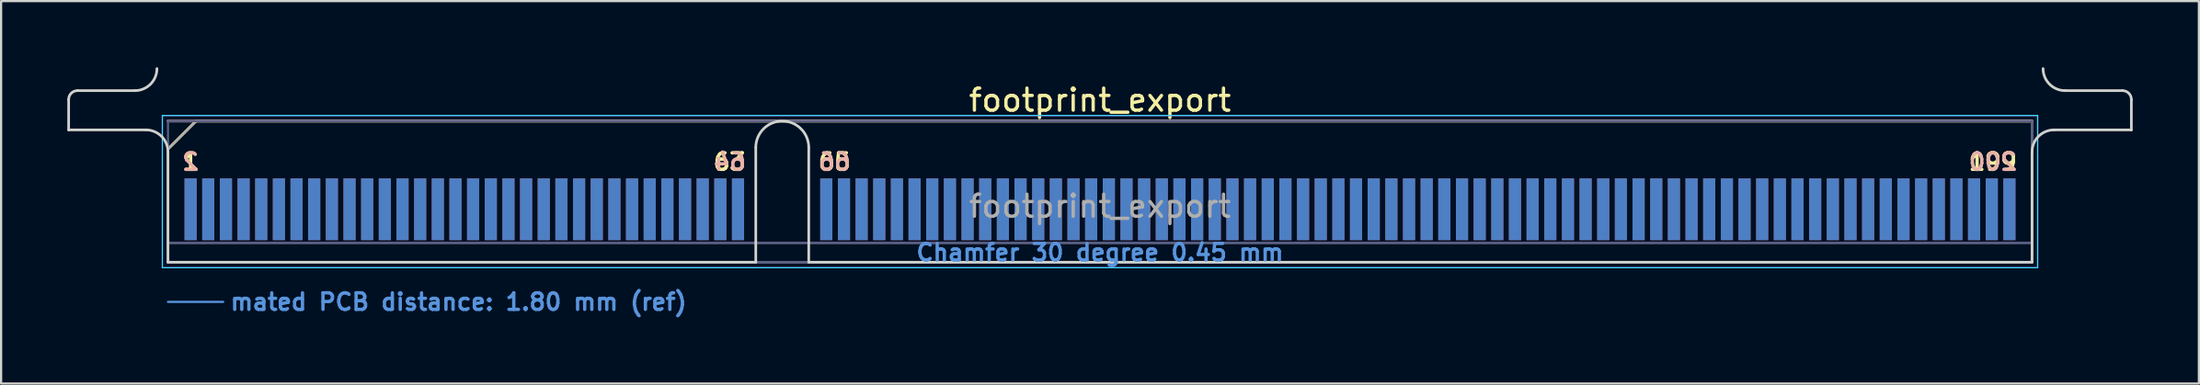
<source format=kicad_pcb>
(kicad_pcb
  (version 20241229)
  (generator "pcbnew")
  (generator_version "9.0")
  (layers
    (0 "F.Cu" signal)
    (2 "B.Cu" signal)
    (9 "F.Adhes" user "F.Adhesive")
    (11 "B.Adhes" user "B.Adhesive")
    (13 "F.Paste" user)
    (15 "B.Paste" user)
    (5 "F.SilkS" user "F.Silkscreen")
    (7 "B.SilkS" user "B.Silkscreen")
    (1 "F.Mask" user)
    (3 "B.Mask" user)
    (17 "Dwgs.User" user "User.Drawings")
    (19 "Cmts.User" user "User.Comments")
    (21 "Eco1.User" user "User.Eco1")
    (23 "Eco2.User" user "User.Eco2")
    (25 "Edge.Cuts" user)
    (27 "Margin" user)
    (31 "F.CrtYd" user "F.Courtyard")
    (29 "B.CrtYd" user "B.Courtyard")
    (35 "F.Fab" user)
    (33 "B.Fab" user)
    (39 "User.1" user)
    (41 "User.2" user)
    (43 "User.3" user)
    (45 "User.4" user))
  (footprint "footprint_export"
    (layer "F.Cu")
    (at 46.785 8.84)
    (property "Reference" "footprint_export" (at 0 -7.35 0) (layer "F.SilkS") (effects (font (size 1 1) (thickness 0.15))))
    (attr exclude_from_pos_files exclude_from_bom)
    (fp_line (start -42.225 -5.13) (end -40.955 -6.4) (stroke (width 0.12) (type solid)) (layer "F.SilkS"))
    (fp_line (start -40.955 -6.4) (end 42.225 -6.4) (stroke (width 0.12) (type solid)) (layer "F.SilkS"))
    (fp_line (start -42.225 -6.4) (end -42.225 -6.4) (stroke (width 0.12) (type solid)) (layer "B.SilkS"))
    (fp_line (start -42.225 -6.4) (end 42.225 -6.4) (stroke (width 0.12) (type solid)) (layer "B.SilkS"))
    (fp_line (start -42.225 1.8) (end -39.725 1.8) (stroke (width 0.1) (type solid)) (layer "Cmts.User"))
    (fp_line (start -46.725 -6) (end -46.725 -7.38) (stroke (width 0.12) (type solid)) (layer "Edge.Cuts"))
    (fp_line (start -46.325 -7.78) (end -43.725 -7.78) (stroke (width 0.12) (type solid)) (layer "Edge.Cuts"))
    (fp_line (start -43.225 -6) (end -46.725 -6) (stroke (width 0.12) (type solid)) (layer "Edge.Cuts"))
    (fp_line (start -42.225 -5) (end -42.225 0) (stroke (width 0.12) (type solid)) (layer "Edge.Cuts"))
    (fp_line (start -42.225 0) (end -15.595 0) (stroke (width 0.12) (type solid)) (layer "Edge.Cuts"))
    (fp_line (start -15.595 0) (end -15.595 -5.2) (stroke (width 0.12) (type solid)) (layer "Edge.Cuts"))
    (fp_line (start -13.195 -5.2) (end -13.195 0) (stroke (width 0.12) (type solid)) (layer "Edge.Cuts"))
    (fp_line (start -13.195 0) (end 42.225 0) (stroke (width 0.12) (type solid)) (layer "Edge.Cuts"))
    (fp_line (start 42.225 0) (end 42.225 -5) (stroke (width 0.12) (type solid)) (layer "Edge.Cuts"))
    (fp_line (start 43.225 -6) (end 46.725 -6) (stroke (width 0.12) (type solid)) (layer "Edge.Cuts"))
    (fp_line (start 46.325 -7.78) (end 43.725 -7.78) (stroke (width 0.12) (type solid)) (layer "Edge.Cuts"))
    (fp_line (start 46.725 -6) (end 46.725 -7.38) (stroke (width 0.12) (type solid)) (layer "Edge.Cuts"))
    (fp_arc (start -46.725 -7.38) (mid -46.607843 -7.662843) (end -46.325 -7.78) (stroke (width 0.12) (type solid)) (layer "Edge.Cuts"))
    (fp_arc (start -43.225 -6) (mid -42.517893 -5.707107) (end -42.225 -5) (stroke (width 0.12) (type solid)) (layer "Edge.Cuts"))
    (fp_arc (start -42.725 -8.78) (mid -43.017893 -8.072893) (end -43.725 -7.78) (stroke (width 0.12) (type solid)) (layer "Edge.Cuts"))
    (fp_arc (start -15.595 -5.2) (mid -14.395 -6.4) (end -13.195 -5.2) (stroke (width 0.12) (type solid)) (layer "Edge.Cuts"))
    (fp_arc (start 42.225 -5) (mid 42.517893 -5.707107) (end 43.225 -6) (stroke (width 0.12) (type solid)) (layer "Edge.Cuts"))
    (fp_arc (start 43.725 -7.78) (mid 43.017893 -8.072893) (end 42.725 -8.78) (stroke (width 0.12) (type solid)) (layer "Edge.Cuts"))
    (fp_arc (start 46.325 -7.78) (mid 46.607843 -7.662843) (end 46.725 -7.38) (stroke (width 0.12) (type solid)) (layer "Edge.Cuts"))
    (fp_line (start -42.48 -6.65) (end -42.48 0.25) (stroke (width 0.05) (type solid)) (layer "B.CrtYd"))
    (fp_line (start -42.48 0.25) (end 42.48 0.25) (stroke (width 0.05) (type solid)) (layer "B.CrtYd"))
    (fp_line (start 42.48 -6.65) (end -42.48 -6.65) (stroke (width 0.05) (type solid)) (layer "B.CrtYd"))
    (fp_line (start 42.48 0.25) (end 42.48 -6.65) (stroke (width 0.05) (type solid)) (layer "B.CrtYd"))
    (fp_line (start -42.48 -6.65) (end -42.48 0.25) (stroke (width 0.05) (type solid)) (layer "F.CrtYd"))
    (fp_line (start -42.48 0.25) (end 42.48 0.25) (stroke (width 0.05) (type solid)) (layer "F.CrtYd"))
    (fp_line (start 42.48 -6.65) (end -42.48 -6.65) (stroke (width 0.05) (type solid)) (layer "F.CrtYd"))
    (fp_line (start 42.48 0.25) (end 42.48 -6.65) (stroke (width 0.05) (type solid)) (layer "F.CrtYd"))
    (fp_line (start -42.225 -6.4) (end -42.225 -6.4) (stroke (width 0.1) (type solid)) (layer "B.Fab"))
    (fp_line (start -42.225 -6.4) (end -42.225 0) (stroke (width 0.1) (type solid)) (layer "B.Fab"))
    (fp_line (start -42.225 -6.4) (end 42.225 -6.4) (stroke (width 0.1) (type solid)) (layer "B.Fab"))
    (fp_line (start -42.225 -0.88) (end 42.225 -0.88) (stroke (width 0.1) (type solid)) (layer "B.Fab"))
    (fp_line (start -42.225 0) (end 42.225 0) (stroke (width 0.1) (type solid)) (layer "B.Fab"))
    (fp_line (start 42.225 -6.4) (end 42.225 0) (stroke (width 0.1) (type solid)) (layer "B.Fab"))
    (fp_line (start -42.225 -5.13) (end -42.225 0) (stroke (width 0.1) (type solid)) (layer "F.Fab"))
    (fp_line (start -42.225 -5.13) (end -40.955 -6.4) (stroke (width 0.1) (type solid)) (layer "F.Fab"))
    (fp_line (start -42.225 -0.88) (end 42.225 -0.88) (stroke (width 0.1) (type solid)) (layer "F.Fab"))
    (fp_line (start -42.225 0) (end 42.225 0) (stroke (width 0.1) (type solid)) (layer "F.Fab"))
    (fp_line (start -40.955 -6.4) (end 42.225 -6.4) (stroke (width 0.1) (type solid)) (layer "F.Fab"))
    (fp_line (start 42.225 -6.4) (end 42.225 0) (stroke (width 0.1) (type solid)) (layer "F.Fab"))
    (fp_text user "199" (at 40.45 -4.55 0) (layer "F.SilkS") (effects (font (size 0.75 0.75) (thickness 0.15))))
    (fp_text user "1" (at -41.2 -4.55 0) (layer "F.SilkS") (effects (font (size 0.75 0.75) (thickness 0.15))))
    (fp_text user "63" (at -16.775 -4.55 0) (layer "F.SilkS") (effects (font (size 0.75 0.75) (thickness 0.15))))
    (fp_text user "65" (at -12.025 -4.55 0) (layer "F.SilkS") (effects (font (size 0.75 0.75) (thickness 0.15))))
    (fp_text user "200" (at 40.45 -4.55 0) (layer "B.SilkS") (effects (font (size 0.75 0.75) (thickness 0.15)) (justify mirror)))
    (fp_text user "2" (at -41.2 -4.55 0) (layer "B.SilkS") (effects (font (size 0.75 0.75) (thickness 0.15)) (justify mirror)))
    (fp_text user "64" (at -16.775 -4.55 0) (layer "B.SilkS") (effects (font (size 0.75 0.75) (thickness 0.15)) (justify mirror)))
    (fp_text user "66" (at -12.025 -4.55 0) (layer "B.SilkS") (effects (font (size 0.75 0.75) (thickness 0.15)) (justify mirror)))
    (fp_text user "Chamfer 30 degree 0.45 mm" (at 0 -0.44 0) (layer "Cmts.User") (effects (font (size 0.75 0.75) (thickness 0.15))))
    (fp_text user "mated PCB distance: 1.80 mm (ref)" (at -39.48 1.8 0) (layer "Cmts.User") (effects (font (size 0.75 0.75) (thickness 0.15)) (justify left)))
    (fp_text user "${REFERENCE}" (at 0 -2.54 0) (layer "F.Fab") (effects (font (size 1 1) (thickness 0.15))))
    (pad "1" connect rect (at -41.2 -2.4) (size 0.55 2.8) (layers "F.Cu" "F.Mask"))
    (pad "2" connect rect (at -41.2 -2.4) (size 0.55 2.8) (layers "B.Cu" "B.Mask"))
    (pad "3" connect rect (at -40.4 -2.4) (size 0.55 2.8) (layers "F.Cu" "F.Mask"))
    (pad "4" connect rect (at -40.4 -2.4) (size 0.55 2.8) (layers "B.Cu" "B.Mask"))
    (pad "5" connect rect (at -39.6 -2.4) (size 0.55 2.8) (layers "F.Cu" "F.Mask"))
    (pad "6" connect rect (at -39.6 -2.4) (size 0.55 2.8) (layers "B.Cu" "B.Mask"))
    (pad "7" connect rect (at -38.8 -2.4) (size 0.55 2.8) (layers "F.Cu" "F.Mask"))
    (pad "8" connect rect (at -38.8 -2.4) (size 0.55 2.8) (layers "B.Cu" "B.Mask"))
    (pad "9" connect rect (at -38 -2.4) (size 0.55 2.8) (layers "F.Cu" "F.Mask"))
    (pad "10" connect rect (at -38 -2.4) (size 0.55 2.8) (layers "B.Cu" "B.Mask"))
    (pad "11" connect rect (at -37.2 -2.4) (size 0.55 2.8) (layers "F.Cu" "F.Mask"))
    (pad "12" connect rect (at -37.2 -2.4) (size 0.55 2.8) (layers "B.Cu" "B.Mask"))
    (pad "13" connect rect (at -36.4 -2.4) (size 0.55 2.8) (layers "F.Cu" "F.Mask"))
    (pad "14" connect rect (at -36.4 -2.4) (size 0.55 2.8) (layers "B.Cu" "B.Mask"))
    (pad "15" connect rect (at -35.6 -2.4) (size 0.55 2.8) (layers "F.Cu" "F.Mask"))
    (pad "16" connect rect (at -35.6 -2.4) (size 0.55 2.8) (layers "B.Cu" "B.Mask"))
    (pad "17" connect rect (at -34.8 -2.4) (size 0.55 2.8) (layers "F.Cu" "F.Mask"))
    (pad "18" connect rect (at -34.8 -2.4) (size 0.55 2.8) (layers "B.Cu" "B.Mask"))
    (pad "19" connect rect (at -34 -2.4) (size 0.55 2.8) (layers "F.Cu" "F.Mask"))
    (pad "20" connect rect (at -34 -2.4) (size 0.55 2.8) (layers "B.Cu" "B.Mask"))
    (pad "21" connect rect (at -33.2 -2.4) (size 0.55 2.8) (layers "F.Cu" "F.Mask"))
    (pad "22" connect rect (at -33.2 -2.4) (size 0.55 2.8) (layers "B.Cu" "B.Mask"))
    (pad "23" connect rect (at -32.4 -2.4) (size 0.55 2.8) (layers "F.Cu" "F.Mask"))
    (pad "24" connect rect (at -32.4 -2.4) (size 0.55 2.8) (layers "B.Cu" "B.Mask"))
    (pad "25" connect rect (at -31.6 -2.4) (size 0.55 2.8) (layers "F.Cu" "F.Mask"))
    (pad "26" connect rect (at -31.6 -2.4) (size 0.55 2.8) (layers "B.Cu" "B.Mask"))
    (pad "27" connect rect (at -30.8 -2.4) (size 0.55 2.8) (layers "F.Cu" "F.Mask"))
    (pad "28" connect rect (at -30.8 -2.4) (size 0.55 2.8) (layers "B.Cu" "B.Mask"))
    (pad "29" connect rect (at -30 -2.4) (size 0.55 2.8) (layers "F.Cu" "F.Mask"))
    (pad "30" connect rect (at -30 -2.4) (size 0.55 2.8) (layers "B.Cu" "B.Mask"))
    (pad "31" connect rect (at -29.2 -2.4) (size 0.55 2.8) (layers "F.Cu" "F.Mask"))
    (pad "32" connect rect (at -29.2 -2.4) (size 0.55 2.8) (layers "B.Cu" "B.Mask"))
    (pad "33" connect rect (at -28.4 -2.4) (size 0.55 2.8) (layers "F.Cu" "F.Mask"))
    (pad "34" connect rect (at -28.4 -2.4) (size 0.55 2.8) (layers "B.Cu" "B.Mask"))
    (pad "35" connect rect (at -27.6 -2.4) (size 0.55 2.8) (layers "F.Cu" "F.Mask"))
    (pad "36" connect rect (at -27.6 -2.4) (size 0.55 2.8) (layers "B.Cu" "B.Mask"))
    (pad "37" connect rect (at -26.8 -2.4) (size 0.55 2.8) (layers "F.Cu" "F.Mask"))
    (pad "38" connect rect (at -26.8 -2.4) (size 0.55 2.8) (layers "B.Cu" "B.Mask"))
    (pad "39" connect rect (at -26 -2.4) (size 0.55 2.8) (layers "F.Cu" "F.Mask"))
    (pad "40" connect rect (at -26 -2.4) (size 0.55 2.8) (layers "B.Cu" "B.Mask"))
    (pad "41" connect rect (at -25.2 -2.4) (size 0.55 2.8) (layers "F.Cu" "F.Mask"))
    (pad "42" connect rect (at -25.2 -2.4) (size 0.55 2.8) (layers "B.Cu" "B.Mask"))
    (pad "43" connect rect (at -24.4 -2.4) (size 0.55 2.8) (layers "F.Cu" "F.Mask"))
    (pad "44" connect rect (at -24.4 -2.4) (size 0.55 2.8) (layers "B.Cu" "B.Mask"))
    (pad "45" connect rect (at -23.6 -2.4) (size 0.55 2.8) (layers "F.Cu" "F.Mask"))
    (pad "46" connect rect (at -23.6 -2.4) (size 0.55 2.8) (layers "B.Cu" "B.Mask"))
    (pad "47" connect rect (at -22.8 -2.4) (size 0.55 2.8) (layers "F.Cu" "F.Mask"))
    (pad "48" connect rect (at -22.8 -2.4) (size 0.55 2.8) (layers "B.Cu" "B.Mask"))
    (pad "49" connect rect (at -22 -2.4) (size 0.55 2.8) (layers "F.Cu" "F.Mask"))
    (pad "50" connect rect (at -22 -2.4) (size 0.55 2.8) (layers "B.Cu" "B.Mask"))
    (pad "51" connect rect (at -21.2 -2.4) (size 0.55 2.8) (layers "F.Cu" "F.Mask"))
    (pad "52" connect rect (at -21.2 -2.4) (size 0.55 2.8) (layers "B.Cu" "B.Mask"))
    (pad "53" connect rect (at -20.4 -2.4) (size 0.55 2.8) (layers "F.Cu" "F.Mask"))
    (pad "54" connect rect (at -20.4 -2.4) (size 0.55 2.8) (layers "B.Cu" "B.Mask"))
    (pad "55" connect rect (at -19.6 -2.4) (size 0.55 2.8) (layers "F.Cu" "F.Mask"))
    (pad "56" connect rect (at -19.6 -2.4) (size 0.55 2.8) (layers "B.Cu" "B.Mask"))
    (pad "57" connect rect (at -18.8 -2.4) (size 0.55 2.8) (layers "F.Cu" "F.Mask"))
    (pad "58" connect rect (at -18.8 -2.4) (size 0.55 2.8) (layers "B.Cu" "B.Mask"))
    (pad "59" connect rect (at -18 -2.4) (size 0.55 2.8) (layers "F.Cu" "F.Mask"))
    (pad "60" connect rect (at -18 -2.4) (size 0.55 2.8) (layers "B.Cu" "B.Mask"))
    (pad "61" connect rect (at -17.2 -2.4) (size 0.55 2.8) (layers "F.Cu" "F.Mask"))
    (pad "62" connect rect (at -17.2 -2.4) (size 0.55 2.8) (layers "B.Cu" "B.Mask"))
    (pad "63" connect rect (at -16.4 -2.4) (size 0.55 2.8) (layers "F.Cu" "F.Mask"))
    (pad "64" connect rect (at -16.4 -2.4) (size 0.55 2.8) (layers "B.Cu" "B.Mask"))
    (pad "65" connect rect (at -12.4 -2.4) (size 0.55 2.8) (layers "F.Cu" "F.Mask"))
    (pad "66" connect rect (at -12.4 -2.4) (size 0.55 2.8) (layers "B.Cu" "B.Mask"))
    (pad "67" connect rect (at -11.6 -2.4) (size 0.55 2.8) (layers "F.Cu" "F.Mask"))
    (pad "68" connect rect (at -11.6 -2.4) (size 0.55 2.8) (layers "B.Cu" "B.Mask"))
    (pad "69" connect rect (at -10.8 -2.4) (size 0.55 2.8) (layers "F.Cu" "F.Mask"))
    (pad "70" connect rect (at -10.8 -2.4) (size 0.55 2.8) (layers "B.Cu" "B.Mask"))
    (pad "71" connect rect (at -10 -2.4) (size 0.55 2.8) (layers "F.Cu" "F.Mask"))
    (pad "72" connect rect (at -10 -2.4) (size 0.55 2.8) (layers "B.Cu" "B.Mask"))
    (pad "73" connect rect (at -9.2 -2.4) (size 0.55 2.8) (layers "F.Cu" "F.Mask"))
    (pad "74" connect rect (at -9.2 -2.4) (size 0.55 2.8) (layers "B.Cu" "B.Mask"))
    (pad "75" connect rect (at -8.4 -2.4) (size 0.55 2.8) (layers "F.Cu" "F.Mask"))
    (pad "76" connect rect (at -8.4 -2.4) (size 0.55 2.8) (layers "B.Cu" "B.Mask"))
    (pad "77" connect rect (at -7.6 -2.4) (size 0.55 2.8) (layers "F.Cu" "F.Mask"))
    (pad "78" connect rect (at -7.6 -2.4) (size 0.55 2.8) (layers "B.Cu" "B.Mask"))
    (pad "79" connect rect (at -6.8 -2.4) (size 0.55 2.8) (layers "F.Cu" "F.Mask"))
    (pad "80" connect rect (at -6.8 -2.4) (size 0.55 2.8) (layers "B.Cu" "B.Mask"))
    (pad "81" connect rect (at -6 -2.4) (size 0.55 2.8) (layers "F.Cu" "F.Mask"))
    (pad "82" connect rect (at -6 -2.4) (size 0.55 2.8) (layers "B.Cu" "B.Mask"))
    (pad "83" connect rect (at -5.2 -2.4) (size 0.55 2.8) (layers "F.Cu" "F.Mask"))
    (pad "84" connect rect (at -5.2 -2.4) (size 0.55 2.8) (layers "B.Cu" "B.Mask"))
    (pad "85" connect rect (at -4.4 -2.4) (size 0.55 2.8) (layers "F.Cu" "F.Mask"))
    (pad "86" connect rect (at -4.4 -2.4) (size 0.55 2.8) (layers "B.Cu" "B.Mask"))
    (pad "87" connect rect (at -3.6 -2.4) (size 0.55 2.8) (layers "F.Cu" "F.Mask"))
    (pad "88" connect rect (at -3.6 -2.4) (size 0.55 2.8) (layers "B.Cu" "B.Mask"))
    (pad "89" connect rect (at -2.8 -2.4) (size 0.55 2.8) (layers "F.Cu" "F.Mask"))
    (pad "90" connect rect (at -2.8 -2.4) (size 0.55 2.8) (layers "B.Cu" "B.Mask"))
    (pad "91" connect rect (at -2 -2.4) (size 0.55 2.8) (layers "F.Cu" "F.Mask"))
    (pad "92" connect rect (at -2 -2.4) (size 0.55 2.8) (layers "B.Cu" "B.Mask"))
    (pad "93" connect rect (at -1.2 -2.4) (size 0.55 2.8) (layers "F.Cu" "F.Mask"))
    (pad "94" connect rect (at -1.2 -2.4) (size 0.55 2.8) (layers "B.Cu" "B.Mask"))
    (pad "95" connect rect (at -0.4 -2.4) (size 0.55 2.8) (layers "F.Cu" "F.Mask"))
    (pad "96" connect rect (at -0.4 -2.4) (size 0.55 2.8) (layers "B.Cu" "B.Mask"))
    (pad "97" connect rect (at 0.4 -2.4) (size 0.55 2.8) (layers "F.Cu" "F.Mask"))
    (pad "98" connect rect (at 0.4 -2.4) (size 0.55 2.8) (layers "B.Cu" "B.Mask"))
    (pad "99" connect rect (at 1.2 -2.4) (size 0.55 2.8) (layers "F.Cu" "F.Mask"))
    (pad "100" connect rect (at 1.2 -2.4) (size 0.55 2.8) (layers "B.Cu" "B.Mask"))
    (pad "101" connect rect (at 2 -2.4) (size 0.55 2.8) (layers "F.Cu" "F.Mask"))
    (pad "102" connect rect (at 2 -2.4) (size 0.55 2.8) (layers "B.Cu" "B.Mask"))
    (pad "103" connect rect (at 2.8 -2.4) (size 0.55 2.8) (layers "F.Cu" "F.Mask"))
    (pad "104" connect rect (at 2.8 -2.4) (size 0.55 2.8) (layers "B.Cu" "B.Mask"))
    (pad "105" connect rect (at 3.6 -2.4) (size 0.55 2.8) (layers "F.Cu" "F.Mask"))
    (pad "106" connect rect (at 3.6 -2.4) (size 0.55 2.8) (layers "B.Cu" "B.Mask"))
    (pad "107" connect rect (at 4.4 -2.4) (size 0.55 2.8) (layers "F.Cu" "F.Mask"))
    (pad "108" connect rect (at 4.4 -2.4) (size 0.55 2.8) (layers "B.Cu" "B.Mask"))
    (pad "109" connect rect (at 5.2 -2.4) (size 0.55 2.8) (layers "F.Cu" "F.Mask"))
    (pad "110" connect rect (at 5.2 -2.4) (size 0.55 2.8) (layers "B.Cu" "B.Mask"))
    (pad "111" connect rect (at 6 -2.4) (size 0.55 2.8) (layers "F.Cu" "F.Mask"))
    (pad "112" connect rect (at 6 -2.4) (size 0.55 2.8) (layers "B.Cu" "B.Mask"))
    (pad "113" connect rect (at 6.8 -2.4) (size 0.55 2.8) (layers "F.Cu" "F.Mask"))
    (pad "114" connect rect (at 6.8 -2.4) (size 0.55 2.8) (layers "B.Cu" "B.Mask"))
    (pad "115" connect rect (at 7.6 -2.4) (size 0.55 2.8) (layers "F.Cu" "F.Mask"))
    (pad "116" connect rect (at 7.6 -2.4) (size 0.55 2.8) (layers "B.Cu" "B.Mask"))
    (pad "117" connect rect (at 8.4 -2.4) (size 0.55 2.8) (layers "F.Cu" "F.Mask"))
    (pad "118" connect rect (at 8.4 -2.4) (size 0.55 2.8) (layers "B.Cu" "B.Mask"))
    (pad "119" connect rect (at 9.2 -2.4) (size 0.55 2.8) (layers "F.Cu" "F.Mask"))
    (pad "120" connect rect (at 9.2 -2.4) (size 0.55 2.8) (layers "B.Cu" "B.Mask"))
    (pad "121" connect rect (at 10 -2.4) (size 0.55 2.8) (layers "F.Cu" "F.Mask"))
    (pad "122" connect rect (at 10 -2.4) (size 0.55 2.8) (layers "B.Cu" "B.Mask"))
    (pad "123" connect rect (at 10.8 -2.4) (size 0.55 2.8) (layers "F.Cu" "F.Mask"))
    (pad "124" connect rect (at 10.8 -2.4) (size 0.55 2.8) (layers "B.Cu" "B.Mask"))
    (pad "125" connect rect (at 11.6 -2.4) (size 0.55 2.8) (layers "F.Cu" "F.Mask"))
    (pad "126" connect rect (at 11.6 -2.4) (size 0.55 2.8) (layers "B.Cu" "B.Mask"))
    (pad "127" connect rect (at 12.4 -2.4) (size 0.55 2.8) (layers "F.Cu" "F.Mask"))
    (pad "128" connect rect (at 12.4 -2.4) (size 0.55 2.8) (layers "B.Cu" "B.Mask"))
    (pad "129" connect rect (at 13.2 -2.4) (size 0.55 2.8) (layers "F.Cu" "F.Mask"))
    (pad "130" connect rect (at 13.2 -2.4) (size 0.55 2.8) (layers "B.Cu" "B.Mask"))
    (pad "131" connect rect (at 14 -2.4) (size 0.55 2.8) (layers "F.Cu" "F.Mask"))
    (pad "132" connect rect (at 14 -2.4) (size 0.55 2.8) (layers "B.Cu" "B.Mask"))
    (pad "133" connect rect (at 14.8 -2.4) (size 0.55 2.8) (layers "F.Cu" "F.Mask"))
    (pad "134" connect rect (at 14.8 -2.4) (size 0.55 2.8) (layers "B.Cu" "B.Mask"))
    (pad "135" connect rect (at 15.6 -2.4) (size 0.55 2.8) (layers "F.Cu" "F.Mask"))
    (pad "136" connect rect (at 15.6 -2.4) (size 0.55 2.8) (layers "B.Cu" "B.Mask"))
    (pad "137" connect rect (at 16.4 -2.4) (size 0.55 2.8) (layers "F.Cu" "F.Mask"))
    (pad "138" connect rect (at 16.4 -2.4) (size 0.55 2.8) (layers "B.Cu" "B.Mask"))
    (pad "139" connect rect (at 17.2 -2.4) (size 0.55 2.8) (layers "F.Cu" "F.Mask"))
    (pad "140" connect rect (at 17.2 -2.4) (size 0.55 2.8) (layers "B.Cu" "B.Mask"))
    (pad "141" connect rect (at 18 -2.4) (size 0.55 2.8) (layers "F.Cu" "F.Mask"))
    (pad "142" connect rect (at 18 -2.4) (size 0.55 2.8) (layers "B.Cu" "B.Mask"))
    (pad "143" connect rect (at 18.8 -2.4) (size 0.55 2.8) (layers "F.Cu" "F.Mask"))
    (pad "144" connect rect (at 18.8 -2.4) (size 0.55 2.8) (layers "B.Cu" "B.Mask"))
    (pad "145" connect rect (at 19.6 -2.4) (size 0.55 2.8) (layers "F.Cu" "F.Mask"))
    (pad "146" connect rect (at 19.6 -2.4) (size 0.55 2.8) (layers "B.Cu" "B.Mask"))
    (pad "147" connect rect (at 20.4 -2.4) (size 0.55 2.8) (layers "F.Cu" "F.Mask"))
    (pad "148" connect rect (at 20.4 -2.4) (size 0.55 2.8) (layers "B.Cu" "B.Mask"))
    (pad "149" connect rect (at 21.2 -2.4) (size 0.55 2.8) (layers "F.Cu" "F.Mask"))
    (pad "150" connect rect (at 21.2 -2.4) (size 0.55 2.8) (layers "B.Cu" "B.Mask"))
    (pad "151" connect rect (at 22 -2.4) (size 0.55 2.8) (layers "F.Cu" "F.Mask"))
    (pad "152" connect rect (at 22 -2.4) (size 0.55 2.8) (layers "B.Cu" "B.Mask"))
    (pad "153" connect rect (at 22.8 -2.4) (size 0.55 2.8) (layers "F.Cu" "F.Mask"))
    (pad "154" connect rect (at 22.8 -2.4) (size 0.55 2.8) (layers "B.Cu" "B.Mask"))
    (pad "155" connect rect (at 23.6 -2.4) (size 0.55 2.8) (layers "F.Cu" "F.Mask"))
    (pad "156" connect rect (at 23.6 -2.4) (size 0.55 2.8) (layers "B.Cu" "B.Mask"))
    (pad "157" connect rect (at 24.4 -2.4) (size 0.55 2.8) (layers "F.Cu" "F.Mask"))
    (pad "158" connect rect (at 24.4 -2.4) (size 0.55 2.8) (layers "B.Cu" "B.Mask"))
    (pad "159" connect rect (at 25.2 -2.4) (size 0.55 2.8) (layers "F.Cu" "F.Mask"))
    (pad "160" connect rect (at 25.2 -2.4) (size 0.55 2.8) (layers "B.Cu" "B.Mask"))
    (pad "161" connect rect (at 26 -2.4) (size 0.55 2.8) (layers "F.Cu" "F.Mask"))
    (pad "162" connect rect (at 26 -2.4) (size 0.55 2.8) (layers "B.Cu" "B.Mask"))
    (pad "163" connect rect (at 26.8 -2.4) (size 0.55 2.8) (layers "F.Cu" "F.Mask"))
    (pad "164" connect rect (at 26.8 -2.4) (size 0.55 2.8) (layers "B.Cu" "B.Mask"))
    (pad "165" connect rect (at 27.6 -2.4) (size 0.55 2.8) (layers "F.Cu" "F.Mask"))
    (pad "166" connect rect (at 27.6 -2.4) (size 0.55 2.8) (layers "B.Cu" "B.Mask"))
    (pad "167" connect rect (at 28.4 -2.4) (size 0.55 2.8) (layers "F.Cu" "F.Mask"))
    (pad "168" connect rect (at 28.4 -2.4) (size 0.55 2.8) (layers "B.Cu" "B.Mask"))
    (pad "169" connect rect (at 29.2 -2.4) (size 0.55 2.8) (layers "F.Cu" "F.Mask"))
    (pad "170" connect rect (at 29.2 -2.4) (size 0.55 2.8) (layers "B.Cu" "B.Mask"))
    (pad "171" connect rect (at 30 -2.4) (size 0.55 2.8) (layers "F.Cu" "F.Mask"))
    (pad "172" connect rect (at 30 -2.4) (size 0.55 2.8) (layers "B.Cu" "B.Mask"))
    (pad "173" connect rect (at 30.8 -2.4) (size 0.55 2.8) (layers "F.Cu" "F.Mask"))
    (pad "174" connect rect (at 30.8 -2.4) (size 0.55 2.8) (layers "B.Cu" "B.Mask"))
    (pad "175" connect rect (at 31.6 -2.4) (size 0.55 2.8) (layers "F.Cu" "F.Mask"))
    (pad "176" connect rect (at 31.6 -2.4) (size 0.55 2.8) (layers "B.Cu" "B.Mask"))
    (pad "177" connect rect (at 32.4 -2.4) (size 0.55 2.8) (layers "F.Cu" "F.Mask"))
    (pad "178" connect rect (at 32.4 -2.4) (size 0.55 2.8) (layers "B.Cu" "B.Mask"))
    (pad "179" connect rect (at 33.2 -2.4) (size 0.55 2.8) (layers "F.Cu" "F.Mask"))
    (pad "180" connect rect (at 33.2 -2.4) (size 0.55 2.8) (layers "B.Cu" "B.Mask"))
    (pad "181" connect rect (at 34 -2.4) (size 0.55 2.8) (layers "F.Cu" "F.Mask"))
    (pad "182" connect rect (at 34 -2.4) (size 0.55 2.8) (layers "B.Cu" "B.Mask"))
    (pad "183" connect rect (at 34.8 -2.4) (size 0.55 2.8) (layers "F.Cu" "F.Mask"))
    (pad "184" connect rect (at 34.8 -2.4) (size 0.55 2.8) (layers "B.Cu" "B.Mask"))
    (pad "185" connect rect (at 35.6 -2.4) (size 0.55 2.8) (layers "F.Cu" "F.Mask"))
    (pad "186" connect rect (at 35.6 -2.4) (size 0.55 2.8) (layers "B.Cu" "B.Mask"))
    (pad "187" connect rect (at 36.4 -2.4) (size 0.55 2.8) (layers "F.Cu" "F.Mask"))
    (pad "188" connect rect (at 36.4 -2.4) (size 0.55 2.8) (layers "B.Cu" "B.Mask"))
    (pad "189" connect rect (at 37.2 -2.4) (size 0.55 2.8) (layers "F.Cu" "F.Mask"))
    (pad "190" connect rect (at 37.2 -2.4) (size 0.55 2.8) (layers "B.Cu" "B.Mask"))
    (pad "191" connect rect (at 38 -2.4) (size 0.55 2.8) (layers "F.Cu" "F.Mask"))
    (pad "192" connect rect (at 38 -2.4) (size 0.55 2.8) (layers "B.Cu" "B.Mask"))
    (pad "193" connect rect (at 38.8 -2.4) (size 0.55 2.8) (layers "F.Cu" "F.Mask"))
    (pad "194" connect rect (at 38.8 -2.4) (size 0.55 2.8) (layers "B.Cu" "B.Mask"))
    (pad "195" connect rect (at 39.6 -2.4) (size 0.55 2.8) (layers "F.Cu" "F.Mask"))
    (pad "196" connect rect (at 39.6 -2.4) (size 0.55 2.8) (layers "B.Cu" "B.Mask"))
    (pad "197" connect rect (at 40.4 -2.4) (size 0.55 2.8) (layers "F.Cu" "F.Mask"))
    (pad "198" connect rect (at 40.4 -2.4) (size 0.55 2.8) (layers "B.Cu" "B.Mask"))
    (pad "199" connect rect (at 41.2 -2.4) (size 0.55 2.8) (layers "F.Cu" "F.Mask"))
    (pad "200" connect rect (at 41.2 -2.4) (size 0.55 2.8) (layers "B.Cu" "B.Mask")))
  (gr_rect
    (start -3 -3)
    (end 96.57 14.342)
    (stroke (width 0.1) (type default))
    (fill no)
    (layer "Edge.Cuts")))
</source>
